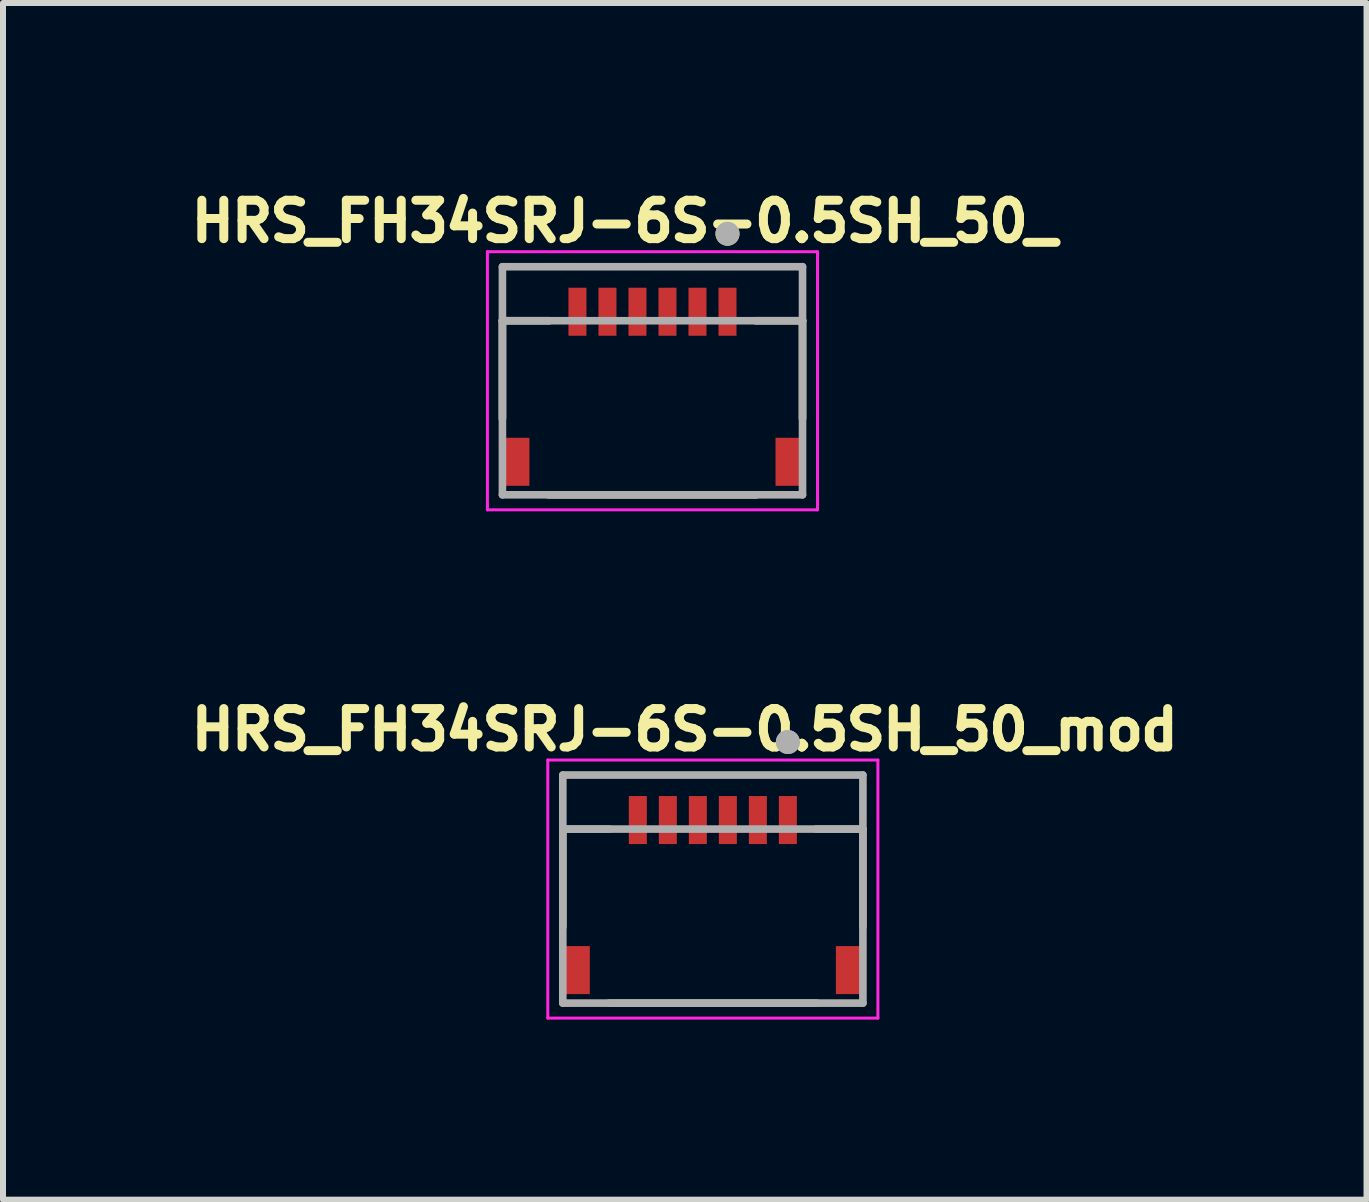
<source format=kicad_pcb>
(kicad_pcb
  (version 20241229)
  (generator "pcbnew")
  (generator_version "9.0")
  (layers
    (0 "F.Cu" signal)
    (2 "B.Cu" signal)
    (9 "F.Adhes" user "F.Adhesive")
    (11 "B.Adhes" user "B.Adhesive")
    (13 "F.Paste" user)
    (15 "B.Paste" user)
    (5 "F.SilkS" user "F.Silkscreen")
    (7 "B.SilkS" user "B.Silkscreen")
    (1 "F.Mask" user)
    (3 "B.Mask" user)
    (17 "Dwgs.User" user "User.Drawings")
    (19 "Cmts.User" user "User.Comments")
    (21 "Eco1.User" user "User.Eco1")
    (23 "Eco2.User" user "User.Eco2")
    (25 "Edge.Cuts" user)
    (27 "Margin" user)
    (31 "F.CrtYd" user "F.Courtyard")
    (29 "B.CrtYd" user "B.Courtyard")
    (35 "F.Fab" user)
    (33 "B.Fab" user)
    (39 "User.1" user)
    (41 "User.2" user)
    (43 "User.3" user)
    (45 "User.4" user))
  (footprint "HRS_FH34SRJ-6S-0.5SH_50_"
    (layer "F.Cu")
    (at 7.821 3.394)
    (property "Reference" "HRS_FH34SRJ-6S-0.5SH_50_" (at -0.468 -2.756 0) (layer "F.SilkS") (effects (font (size 0.64 0.64) (thickness 0.15))))
    (attr smd)
    (fp_line (start -2.5 -1.1) (end -2.5 0.53) (stroke (width 0.127) (type solid)) (layer "F.SilkS"))
    (fp_line (start -1.73 1.8) (end 1.73 1.8) (stroke (width 0.127) (type solid)) (layer "F.SilkS"))
    (fp_line (start -1.72 -1.1) (end -2.5 -1.1) (stroke (width 0.127) (type solid)) (layer "F.SilkS"))
    (fp_line (start 1.72 -1.1) (end 2.5 -1.1) (stroke (width 0.127) (type solid)) (layer "F.SilkS"))
    (fp_line (start 2.5 -1.1) (end 2.5 0.53) (stroke (width 0.127) (type solid)) (layer "F.SilkS"))
    (fp_circle (center 1.25 -2.55) (end 1.35 -2.55) (stroke (width 0.2) (type solid)) (fill no) (layer "F.SilkS"))
    (fp_poly (pts (xy -1.375 -1.65) (xy -1.125 -1.65) (xy -1.125 -1) (xy -1.375 -1)) (stroke (width 0.01) (type solid)) (fill yes) (layer "F.Paste"))
    (fp_poly (pts (xy -0.875 -1.65) (xy -0.625 -1.65) (xy -0.625 -1) (xy -0.875 -1)) (stroke (width 0.01) (type solid)) (fill yes) (layer "F.Paste"))
    (fp_poly (pts (xy -0.375 -1.65) (xy -0.125 -1.65) (xy -0.125 -1) (xy -0.375 -1)) (stroke (width 0.01) (type solid)) (fill yes) (layer "F.Paste"))
    (fp_poly (pts (xy 0.125 -1.65) (xy 0.375 -1.65) (xy 0.375 -1) (xy 0.125 -1)) (stroke (width 0.01) (type solid)) (fill yes) (layer "F.Paste"))
    (fp_poly (pts (xy 0.625 -1.65) (xy 0.875 -1.65) (xy 0.875 -1) (xy 0.625 -1)) (stroke (width 0.01) (type solid)) (fill yes) (layer "F.Paste"))
    (fp_poly (pts (xy 1.125 -1.65) (xy 1.375 -1.65) (xy 1.375 -1) (xy 1.125 -1)) (stroke (width 0.01) (type solid)) (fill yes) (layer "F.Paste"))
    (fp_line (start -2.75 -2.25) (end -2.75 2.05) (stroke (width 0.05) (type solid)) (layer "F.CrtYd"))
    (fp_line (start -2.75 2.05) (end 2.75 2.05) (stroke (width 0.05) (type solid)) (layer "F.CrtYd"))
    (fp_line (start 2.75 -2.25) (end -2.75 -2.25) (stroke (width 0.05) (type solid)) (layer "F.CrtYd"))
    (fp_line (start 2.75 2.05) (end 2.75 -2.25) (stroke (width 0.05) (type solid)) (layer "F.CrtYd"))
    (fp_line (start -2.5 -2) (end 2.5 -2) (stroke (width 0.127) (type solid)) (layer "F.Fab"))
    (fp_line (start -2.5 -1.1) (end -2.5 -2) (stroke (width 0.127) (type solid)) (layer "F.Fab"))
    (fp_line (start -2.5 -1.1) (end 2.5 -1.1) (stroke (width 0.127) (type solid)) (layer "F.Fab"))
    (fp_line (start -2.5 1.8) (end -2.5 -1.1) (stroke (width 0.127) (type solid)) (layer "F.Fab"))
    (fp_line (start 2.5 -2) (end 2.5 -1.1) (stroke (width 0.127) (type solid)) (layer "F.Fab"))
    (fp_line (start 2.5 -1.1) (end 2.5 1.8) (stroke (width 0.127) (type solid)) (layer "F.Fab"))
    (fp_line (start 2.5 1.8) (end -2.5 1.8) (stroke (width 0.127) (type solid)) (layer "F.Fab"))
    (fp_circle (center 1.25 -2.55) (end 1.35 -2.55) (stroke (width 0.2) (type solid)) (fill no) (layer "F.Fab"))
    (pad "1" smd rect (at 1.25 -1.25) (size 0.3 0.8) (layers "F.Cu" "F.Mask"))
    (pad "2" smd rect (at 0.75 -1.25) (size 0.3 0.8) (layers "F.Cu" "F.Mask"))
    (pad "3" smd rect (at 0.25 -1.25) (size 0.3 0.8) (layers "F.Cu" "F.Mask"))
    (pad "4" smd rect (at -0.25 -1.25) (size 0.3 0.8) (layers "F.Cu" "F.Mask"))
    (pad "5" smd rect (at -0.75 -1.25) (size 0.3 0.8) (layers "F.Cu" "F.Mask"))
    (pad "6" smd rect (at -1.25 -1.25) (size 0.3 0.8) (layers "F.Cu" "F.Mask"))
    (pad "S1" smd rect (at 2.25 1.25) (size 0.4 0.8) (layers "F.Cu" "F.Mask" "F.Paste"))
    (pad "S2" smd rect (at -2.25 1.25) (size 0.4 0.8) (layers "F.Cu" "F.Mask" "F.Paste")))
  (footprint "HRS_FH34SRJ-6S-0.5SH_50_mod"
    (layer "F.Cu")
    (at 8.827 11.863)
    (property "Reference" "HRS_FH34SRJ-6S-0.5SH_50_mod" (at -0.468 -2.756 0) (layer "F.SilkS") (effects (font (size 0.64 0.64) (thickness 0.15))))
    (attr smd)
    (fp_line (start -2.75 -2.25) (end -2.75 2.05) (stroke (width 0.05) (type solid)) (layer "F.CrtYd"))
    (fp_line (start -2.75 2.05) (end 2.75 2.05) (stroke (width 0.05) (type solid)) (layer "F.CrtYd"))
    (fp_line (start 2.75 -2.25) (end -2.75 -2.25) (stroke (width 0.05) (type solid)) (layer "F.CrtYd"))
    (fp_line (start 2.75 2.05) (end 2.75 -2.25) (stroke (width 0.05) (type solid)) (layer "F.CrtYd"))
    (fp_line (start -2.5 -2) (end 2.5 -2) (stroke (width 0.127) (type solid)) (layer "F.Fab"))
    (fp_line (start -2.5 -1.1) (end -2.5 -2) (stroke (width 0.127) (type solid)) (layer "F.Fab"))
    (fp_line (start -2.5 -1.1) (end -2.5 0.53) (stroke (width 0.127) (type solid)) (layer "F.Fab"))
    (fp_line (start -2.5 -1.1) (end 2.5 -1.1) (stroke (width 0.127) (type solid)) (layer "F.Fab"))
    (fp_line (start -2.5 1.8) (end -2.5 -1.1) (stroke (width 0.127) (type solid)) (layer "F.Fab"))
    (fp_line (start -1.73 1.8) (end 1.73 1.8) (stroke (width 0.127) (type solid)) (layer "F.Fab"))
    (fp_line (start -1.72 -1.1) (end -2.5 -1.1) (stroke (width 0.127) (type solid)) (layer "F.Fab"))
    (fp_line (start 1.72 -1.1) (end 2.5 -1.1) (stroke (width 0.127) (type solid)) (layer "F.Fab"))
    (fp_line (start 2.5 -2) (end 2.5 -1.1) (stroke (width 0.127) (type solid)) (layer "F.Fab"))
    (fp_line (start 2.5 -1.1) (end 2.5 0.53) (stroke (width 0.127) (type solid)) (layer "F.Fab"))
    (fp_line (start 2.5 -1.1) (end 2.5 1.8) (stroke (width 0.127) (type solid)) (layer "F.Fab"))
    (fp_line (start 2.5 1.8) (end -2.5 1.8) (stroke (width 0.127) (type solid)) (layer "F.Fab"))
    (fp_circle (center 1.25 -2.55) (end 1.35 -2.55) (stroke (width 0.2) (type solid)) (fill no) (layer "F.Fab"))
    (fp_circle (center 1.25 -2.55) (end 1.35 -2.55) (stroke (width 0.2) (type solid)) (fill no) (layer "F.Fab"))
    (pad "1" smd rect (at 1.25 -1.25) (size 0.3 0.8) (layers "F.Cu" "F.Mask" "F.Paste"))
    (pad "2" smd rect (at 0.75 -1.25) (size 0.3 0.8) (layers "F.Cu" "F.Mask" "F.Paste"))
    (pad "3" smd rect (at 0.25 -1.25) (size 0.3 0.8) (layers "F.Cu" "F.Mask" "F.Paste"))
    (pad "4" smd rect (at -0.25 -1.25) (size 0.3 0.8) (layers "F.Cu" "F.Mask" "F.Paste"))
    (pad "5" smd rect (at -0.75 -1.25) (size 0.3 0.8) (layers "F.Cu" "F.Mask" "F.Paste"))
    (pad "6" smd rect (at -1.25 -1.25) (size 0.3 0.8) (layers "F.Cu" "F.Mask" "F.Paste"))
    (pad "S1" smd rect (at 2.25 1.25) (size 0.4 0.8) (layers "F.Cu" "F.Mask" "F.Paste"))
    (pad "S2" smd rect (at -2.25 1.25) (size 0.4 0.8) (layers "F.Cu" "F.Mask" "F.Paste")))
  (gr_rect
    (start -3 -3)
    (end 19.718 16.938)
    (stroke (width 0.1) (type default))
    (fill no)
    (layer "Edge.Cuts")))
</source>
